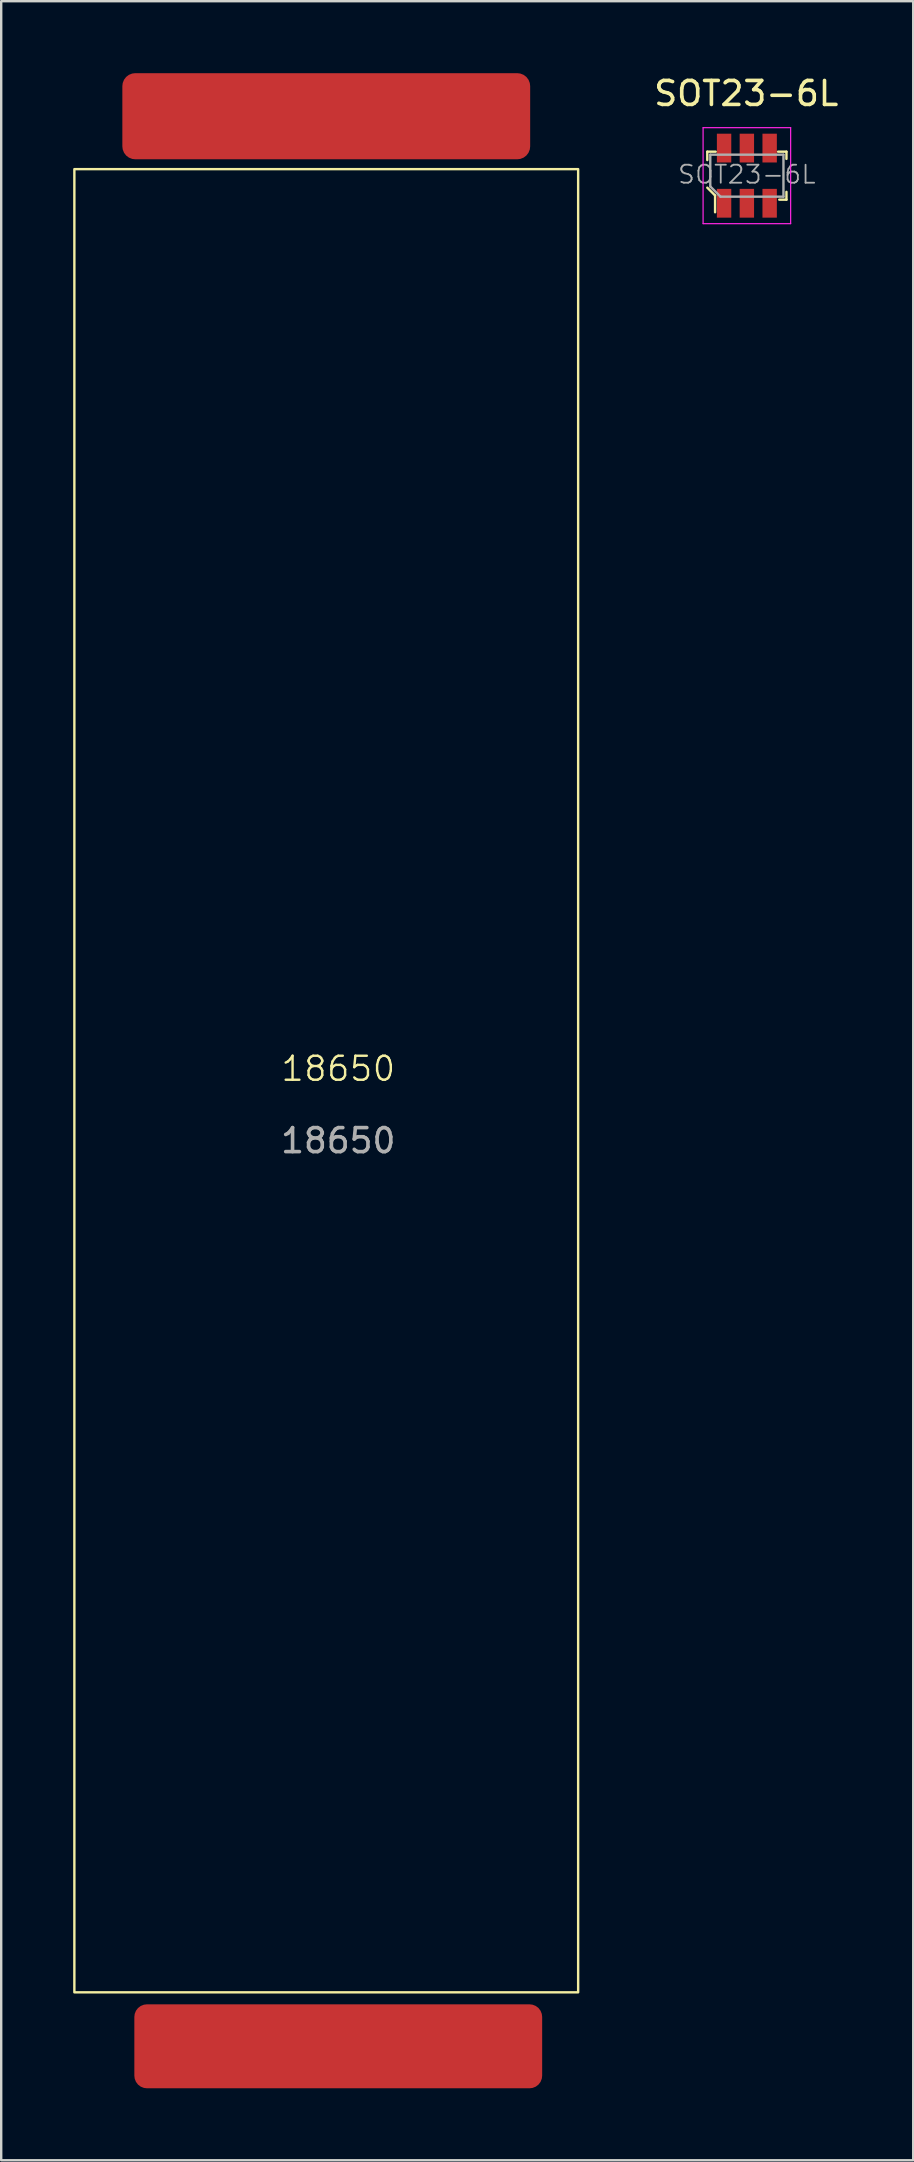
<source format=kicad_pcb>
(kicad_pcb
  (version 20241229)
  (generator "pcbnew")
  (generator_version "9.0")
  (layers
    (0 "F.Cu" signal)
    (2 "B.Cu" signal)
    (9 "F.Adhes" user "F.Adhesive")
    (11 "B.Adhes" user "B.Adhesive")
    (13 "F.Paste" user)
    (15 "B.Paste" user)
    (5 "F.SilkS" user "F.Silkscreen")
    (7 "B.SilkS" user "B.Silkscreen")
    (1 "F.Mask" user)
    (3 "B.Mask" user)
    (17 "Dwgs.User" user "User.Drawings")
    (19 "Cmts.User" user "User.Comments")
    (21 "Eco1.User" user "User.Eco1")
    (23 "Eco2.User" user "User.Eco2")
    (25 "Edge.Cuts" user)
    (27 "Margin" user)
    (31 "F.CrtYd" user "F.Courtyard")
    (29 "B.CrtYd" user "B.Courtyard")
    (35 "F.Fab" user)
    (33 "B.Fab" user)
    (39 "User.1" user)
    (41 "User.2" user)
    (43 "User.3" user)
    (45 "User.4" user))
  (footprint "18650"
    (layer "F.Cu")
    (at 11.05 42)
    (property "Reference" "18650" (at 0 -0.5 0) (unlocked yes) (layer "F.SilkS") (effects (font (size 1 1) (thickness 0.1))))
    (attr smd)
    (fp_rect (start -11 -38) (end 10 38) (stroke (width 0.1) (type solid)) (fill no) (layer "F.SilkS"))
    (fp_text user "${REFERENCE}" (at 0 2.5 0) (unlocked yes) (layer "F.Fab") (effects (font (size 1 1) (thickness 0.15))))
    (pad "1" smd roundrect (at -0.5 -40.205) (size 17 3.59) (layers "F.Cu" "F.Mask" "F.Paste") (roundrect_rratio 0.15))
    (pad "2" smd roundrect (at 0 40.25) (size 17 3.5) (layers "F.Cu" "F.Mask" "F.Paste") (roundrect_rratio 0.15)))
  (footprint "SOT23-6L"
    (layer "F.Cu")
    (at 28.083 4.273)
    (property "Reference" "SOT23-6L" (at -0.025 -3.425 0) (layer "F.SilkS") (effects (font (size 1 1) (thickness 0.15))))
    (attr smd)
    (fp_line (start -1.65 -1) (end -1.65 -0.65) (stroke (width 0.1) (type solid)) (layer "F.SilkS"))
    (fp_line (start -1.65 0.5) (end -1.325 0.825) (stroke (width 0.1) (type solid)) (layer "F.SilkS"))
    (fp_line (start -1.325 0.825) (end -1.325 1.525) (stroke (width 0.1) (type solid)) (layer "F.SilkS"))
    (fp_line (start -1.3 -1) (end -1.65 -1) (stroke (width 0.1) (type solid)) (layer "F.SilkS"))
    (fp_line (start 1.3 -1) (end 1.65 -1) (stroke (width 0.1) (type solid)) (layer "F.SilkS"))
    (fp_line (start 1.65 -1) (end 1.65 -0.7) (stroke (width 0.1) (type solid)) (layer "F.SilkS"))
    (fp_line (start 1.65 0.675) (end 1.65 1) (stroke (width 0.1) (type solid)) (layer "F.SilkS"))
    (fp_line (start 1.65 1) (end 1.35 1) (stroke (width 0.1) (type solid)) (layer "F.SilkS"))
    (fp_line (start -1.825 -2) (end -1.825 2) (stroke (width 0.05) (type solid)) (layer "F.CrtYd"))
    (fp_line (start -1.825 2) (end 1.825 2) (stroke (width 0.05) (type solid)) (layer "F.CrtYd"))
    (fp_line (start 1.825 -2) (end -1.825 -2) (stroke (width 0.05) (type solid)) (layer "F.CrtYd"))
    (fp_line (start 1.825 -2) (end 1.825 2) (stroke (width 0.05) (type solid)) (layer "F.CrtYd"))
    (fp_line (start -1.525 -0.875) (end 1.525 -0.875) (stroke (width 0.1) (type solid)) (layer "F.Fab"))
    (fp_line (start -1.525 0.45) (end -1.525 -0.875) (stroke (width 0.1) (type solid)) (layer "F.Fab"))
    (fp_line (start -1.525 0.45) (end -1.1 0.875) (stroke (width 0.1) (type solid)) (layer "F.Fab"))
    (fp_line (start -1.1 0.875) (end 1.525 0.875) (stroke (width 0.1) (type solid)) (layer "F.Fab"))
    (fp_line (start 1.525 -0.875) (end 1.525 0.875) (stroke (width 0.1) (type solid)) (layer "F.Fab"))
    (fp_text user "${REFERENCE}" (at 0 -0.05 0) (layer "F.Fab") (effects (font (size 0.75 0.75) (thickness 0.075))))
    (pad "1" smd rect (at -0.95 1.15) (size 0.6 1.2) (layers "F.Cu" "F.Mask" "F.Paste"))
    (pad "2" smd rect (at 0 1.15) (size 0.6 1.2) (layers "F.Cu" "F.Mask" "F.Paste"))
    (pad "3" smd rect (at 0.95 1.15) (size 0.6 1.2) (layers "F.Cu" "F.Mask" "F.Paste"))
    (pad "4" smd rect (at 0.95 -1.15) (size 0.6 1.2) (layers "F.Cu" "F.Mask" "F.Paste"))
    (pad "5" smd rect (at 0 -1.15) (size 0.6 1.2) (layers "F.Cu" "F.Mask" "F.Paste"))
    (pad "6" smd rect (at -0.95 -1.15) (size 0.6 1.2) (layers "F.Cu" "F.Mask" "F.Paste")))
  (gr_rect
    (start -3 -3)
    (end 35.017 87)
    (stroke (width 0.1) (type default))
    (fill no)
    (layer "Edge.Cuts")))
</source>
